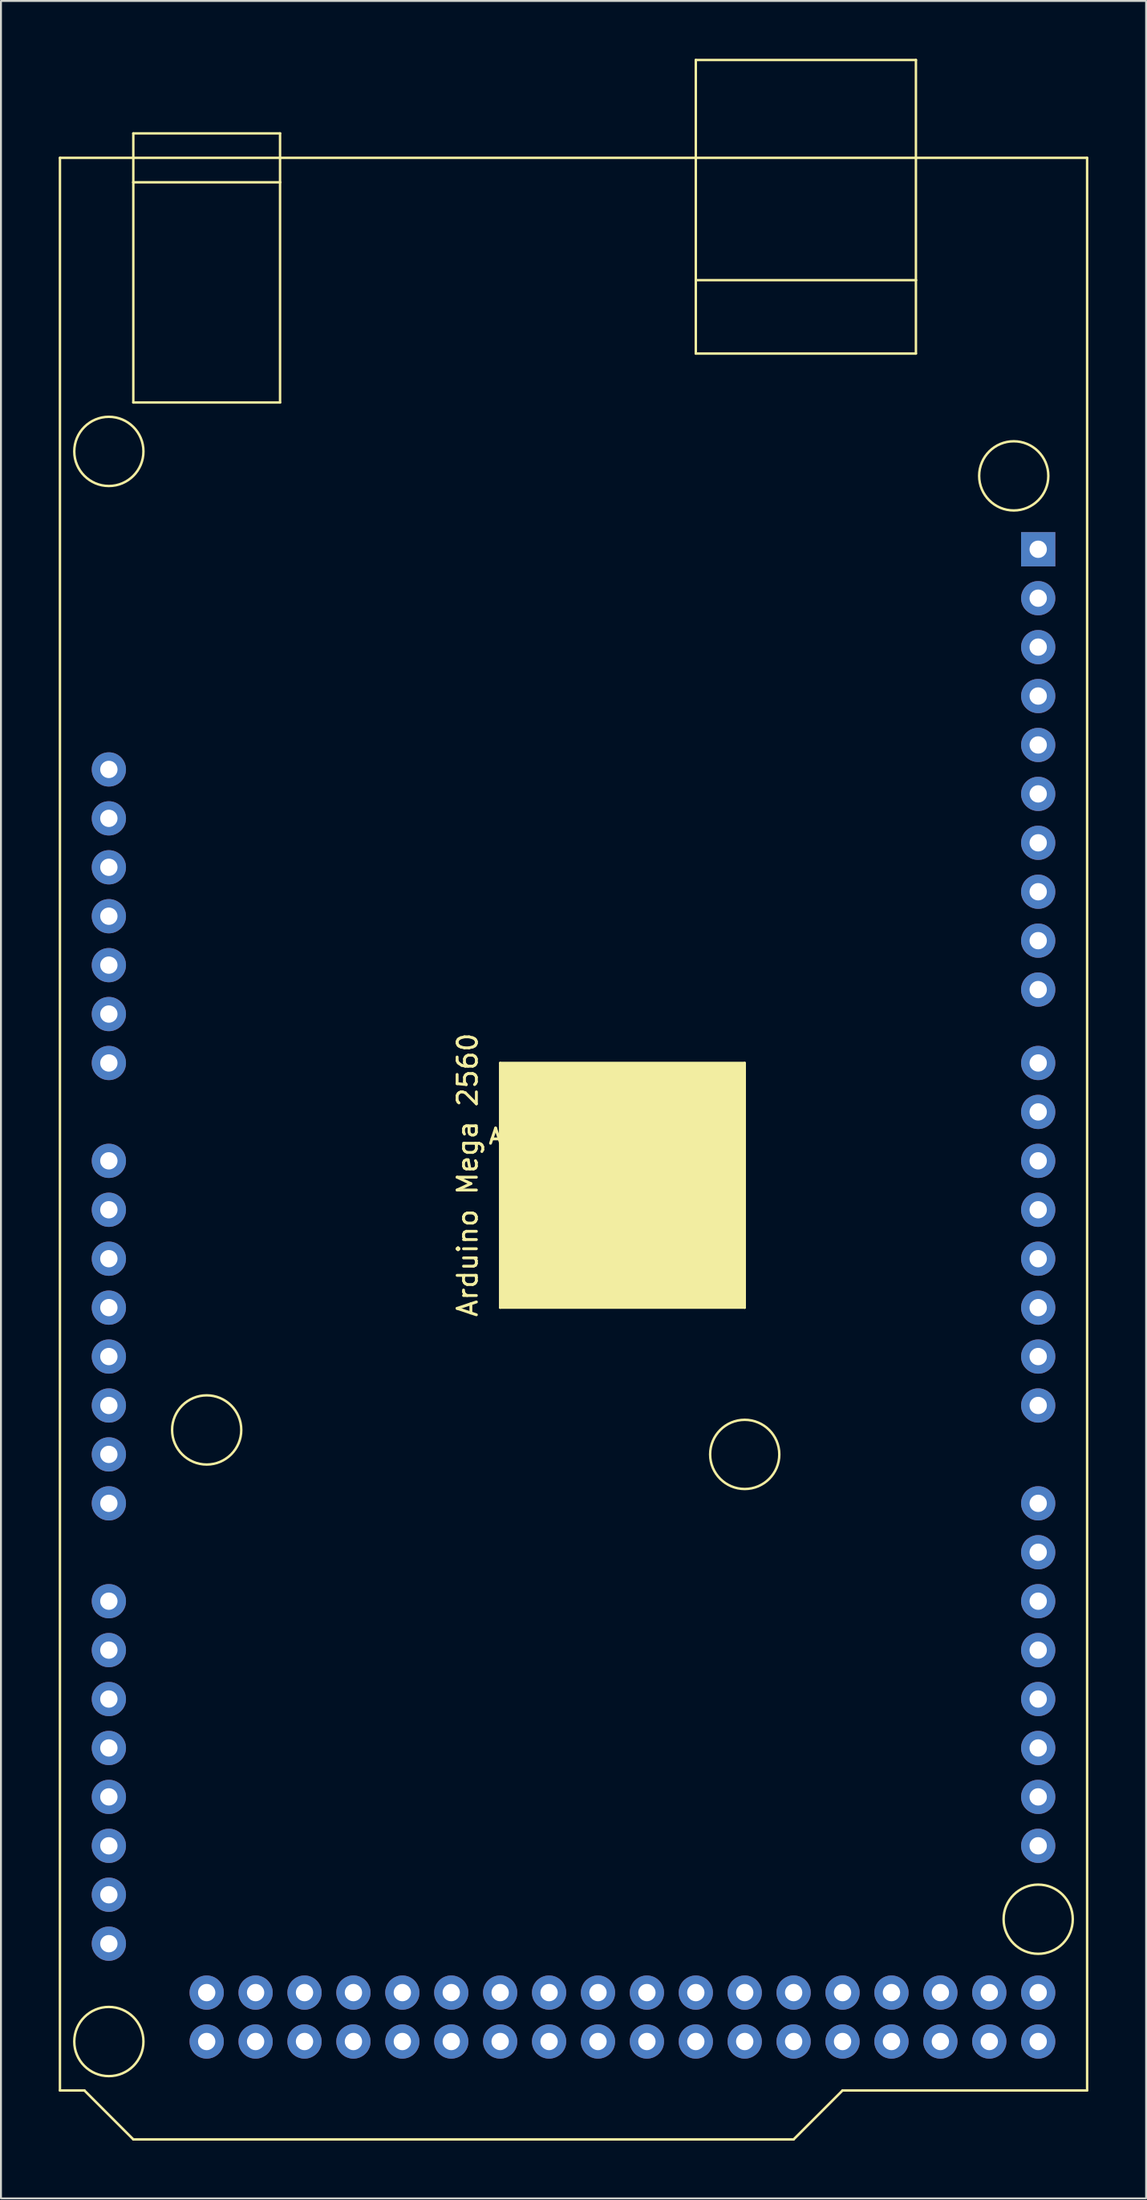
<source format=kicad_pcb>
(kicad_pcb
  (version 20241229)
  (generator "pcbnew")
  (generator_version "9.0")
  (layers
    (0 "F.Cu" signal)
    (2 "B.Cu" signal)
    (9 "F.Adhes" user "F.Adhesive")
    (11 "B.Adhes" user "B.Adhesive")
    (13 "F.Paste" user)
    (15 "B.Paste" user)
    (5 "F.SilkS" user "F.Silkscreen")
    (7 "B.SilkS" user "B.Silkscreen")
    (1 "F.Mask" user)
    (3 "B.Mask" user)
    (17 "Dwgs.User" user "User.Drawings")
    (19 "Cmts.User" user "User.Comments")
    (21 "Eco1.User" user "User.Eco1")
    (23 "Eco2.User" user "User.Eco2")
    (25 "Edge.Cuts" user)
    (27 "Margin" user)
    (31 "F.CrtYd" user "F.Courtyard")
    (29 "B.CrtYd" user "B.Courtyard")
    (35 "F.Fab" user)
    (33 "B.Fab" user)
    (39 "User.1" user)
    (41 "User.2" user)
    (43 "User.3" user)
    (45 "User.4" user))
  (footprint "ARDUINO_MEGA"
    (layer "F.Cu")
    (at 26.733 55.944)
    (property "Reference" "ARDUINO_MEGA" (at 0 0 0) (layer "F.SilkS") (effects (font (size 0.787 0.787) (thickness 0.15))))
    (attr through_hole)
    (fp_line (start -26.67 -50.8) (end -26.67 49.53) (stroke (width 0.127) (type solid)) (layer "F.SilkS"))
    (fp_line (start -26.67 49.53) (end -25.4 49.53) (stroke (width 0.127) (type solid)) (layer "F.SilkS"))
    (fp_line (start -25.4 49.53) (end -22.86 52.07) (stroke (width 0.127) (type solid)) (layer "F.SilkS"))
    (fp_line (start -22.86 -49.53) (end -22.86 -52.07) (stroke (width 0.127) (type solid)) (layer "F.SilkS"))
    (fp_line (start -22.86 -49.53) (end -22.86 -38.1) (stroke (width 0.127) (type solid)) (layer "F.SilkS"))
    (fp_line (start -22.86 -38.1) (end -15.24 -38.1) (stroke (width 0.127) (type solid)) (layer "F.SilkS"))
    (fp_line (start -15.24 -52.07) (end -22.86 -52.07) (stroke (width 0.127) (type solid)) (layer "F.SilkS"))
    (fp_line (start -15.24 -49.53) (end -22.86 -49.53) (stroke (width 0.127) (type solid)) (layer "F.SilkS"))
    (fp_line (start -15.24 -49.53) (end -15.24 -52.07) (stroke (width 0.127) (type solid)) (layer "F.SilkS"))
    (fp_line (start -15.24 -38.1) (end -15.24 -49.53) (stroke (width 0.127) (type solid)) (layer "F.SilkS"))
    (fp_line (start -3.81 -3.81) (end 8.89 -3.81) (stroke (width 0.127) (type solid)) (layer "F.SilkS"))
    (fp_line (start -3.81 8.89) (end -3.81 -3.81) (stroke (width 0.127) (type solid)) (layer "F.SilkS"))
    (fp_line (start 6.35 -55.88) (end 6.35 -44.45) (stroke (width 0.127) (type solid)) (layer "F.SilkS"))
    (fp_line (start 6.35 -44.45) (end 6.35 -40.64) (stroke (width 0.127) (type solid)) (layer "F.SilkS"))
    (fp_line (start 6.35 -40.64) (end 17.78 -40.64) (stroke (width 0.127) (type solid)) (layer "F.SilkS"))
    (fp_line (start 8.89 -3.81) (end 8.89 8.89) (stroke (width 0.127) (type solid)) (layer "F.SilkS"))
    (fp_line (start 8.89 8.89) (end -3.81 8.89) (stroke (width 0.127) (type solid)) (layer "F.SilkS"))
    (fp_line (start 11.43 52.07) (end -22.86 52.07) (stroke (width 0.127) (type solid)) (layer "F.SilkS"))
    (fp_line (start 13.97 49.53) (end 11.43 52.07) (stroke (width 0.127) (type solid)) (layer "F.SilkS"))
    (fp_line (start 17.78 -55.88) (end 6.35 -55.88) (stroke (width 0.127) (type solid)) (layer "F.SilkS"))
    (fp_line (start 17.78 -44.45) (end 6.35 -44.45) (stroke (width 0.127) (type solid)) (layer "F.SilkS"))
    (fp_line (start 17.78 -44.45) (end 17.78 -55.88) (stroke (width 0.127) (type solid)) (layer "F.SilkS"))
    (fp_line (start 17.78 -40.64) (end 17.78 -44.45) (stroke (width 0.127) (type solid)) (layer "F.SilkS"))
    (fp_line (start 26.67 -50.8) (end -26.67 -50.8) (stroke (width 0.127) (type solid)) (layer "F.SilkS"))
    (fp_line (start 26.67 -50.8) (end 26.67 49.53) (stroke (width 0.127) (type solid)) (layer "F.SilkS"))
    (fp_line (start 26.67 49.53) (end 13.97 49.53) (stroke (width 0.127) (type solid)) (layer "F.SilkS"))
    (fp_circle (center -24.13 -35.56) (end -22.334 -35.56) (stroke (width 0.127) (type solid)) (fill no) (layer "F.SilkS"))
    (fp_circle (center -24.13 46.99) (end -22.334 46.99) (stroke (width 0.127) (type solid)) (fill no) (layer "F.SilkS"))
    (fp_circle (center -19.05 15.24) (end -17.254 15.24) (stroke (width 0.127) (type solid)) (fill no) (layer "F.SilkS"))
    (fp_circle (center 8.89 16.51) (end 10.686 16.51) (stroke (width 0.127) (type solid)) (fill no) (layer "F.SilkS"))
    (fp_circle (center 22.86 -34.29) (end 24.656 -34.29) (stroke (width 0.127) (type solid)) (fill no) (layer "F.SilkS"))
    (fp_circle (center 24.13 40.64) (end 25.926 40.64) (stroke (width 0.127) (type solid)) (fill no) (layer "F.SilkS"))
    (fp_poly (pts (xy -3.81 -3.81) (xy 8.89 -3.81) (xy 8.89 8.89) (xy -3.81 8.89)) (stroke (width 0.01) (type solid)) (fill yes) (layer "F.SilkS"))
    (fp_text user "Arduino Mega 2560" (at -5.5 2 90) (layer "F.SilkS") (effects (font (size 1 1) (thickness 0.15))))
    (pad "3V3" thru_hole circle (at -24.13 -13.97) (size 1.778 1.778) (drill 0.9) (layers "*.Cu" "*.Mask"))
    (pad "5V@1" thru_hole circle (at -24.13 -11.43) (size 1.778 1.778) (drill 0.9) (layers "*.Cu" "*.Mask"))
    (pad "5V@2" thru_hole circle (at 24.13 44.45) (size 1.778 1.778) (drill 0.9) (layers "*.Cu" "*.Mask"))
    (pad "5V@3" thru_hole circle (at 24.13 46.99) (size 1.778 1.778) (drill 0.9) (layers "*.Cu" "*.Mask"))
    (pad "A0" thru_hole circle (at -24.13 1.27) (size 1.778 1.778) (drill 0.9) (layers "*.Cu" "*.Mask"))
    (pad "A1" thru_hole circle (at -24.13 3.81) (size 1.778 1.778) (drill 0.9) (layers "*.Cu" "*.Mask"))
    (pad "A2" thru_hole circle (at -24.13 6.35) (size 1.778 1.778) (drill 0.9) (layers "*.Cu" "*.Mask"))
    (pad "A3" thru_hole circle (at -24.13 8.89) (size 1.778 1.778) (drill 0.9) (layers "*.Cu" "*.Mask"))
    (pad "A4" thru_hole circle (at -24.13 11.43) (size 1.778 1.778) (drill 0.9) (layers "*.Cu" "*.Mask"))
    (pad "A5" thru_hole circle (at -24.13 13.97) (size 1.778 1.778) (drill 0.9) (layers "*.Cu" "*.Mask"))
    (pad "A6" thru_hole circle (at -24.13 16.51) (size 1.778 1.778) (drill 0.9) (layers "*.Cu" "*.Mask"))
    (pad "A7" thru_hole circle (at -24.13 19.05) (size 1.778 1.778) (drill 0.9) (layers "*.Cu" "*.Mask"))
    (pad "A8" thru_hole circle (at -24.13 24.13) (size 1.778 1.778) (drill 0.9) (layers "*.Cu" "*.Mask"))
    (pad "A9" thru_hole circle (at -24.13 26.67) (size 1.778 1.778) (drill 0.9) (layers "*.Cu" "*.Mask"))
    (pad "A10" thru_hole circle (at -24.13 29.21) (size 1.778 1.778) (drill 0.9) (layers "*.Cu" "*.Mask"))
    (pad "A11" thru_hole circle (at -24.13 31.75) (size 1.778 1.778) (drill 0.9) (layers "*.Cu" "*.Mask"))
    (pad "A12" thru_hole circle (at -24.13 34.29) (size 1.778 1.778) (drill 0.9) (layers "*.Cu" "*.Mask"))
    (pad "A13" thru_hole circle (at -24.13 36.83) (size 1.778 1.778) (drill 0.9) (layers "*.Cu" "*.Mask"))
    (pad "A14" thru_hole circle (at -24.13 39.37) (size 1.778 1.778) (drill 0.9) (layers "*.Cu" "*.Mask"))
    (pad "A15" thru_hole circle (at -24.13 41.91) (size 1.778 1.778) (drill 0.9) (layers "*.Cu" "*.Mask"))
    (pad "AREF" thru_hole circle (at 24.13 -25.4) (size 1.778 1.778) (drill 0.9) (layers "*.Cu" "*.Mask"))
    (pad "D0" thru_hole circle (at 24.13 13.97) (size 1.778 1.778) (drill 0.9) (layers "*.Cu" "*.Mask"))
    (pad "D1" thru_hole circle (at 24.13 11.43) (size 1.778 1.778) (drill 0.9) (layers "*.Cu" "*.Mask"))
    (pad "D2" thru_hole circle (at 24.13 8.89) (size 1.778 1.778) (drill 0.9) (layers "*.Cu" "*.Mask"))
    (pad "D3" thru_hole circle (at 24.13 6.35) (size 1.778 1.778) (drill 0.9) (layers "*.Cu" "*.Mask"))
    (pad "D4" thru_hole circle (at 24.13 3.81) (size 1.778 1.778) (drill 0.9) (layers "*.Cu" "*.Mask"))
    (pad "D5" thru_hole circle (at 24.13 1.27) (size 1.778 1.778) (drill 0.9) (layers "*.Cu" "*.Mask"))
    (pad "D6" thru_hole circle (at 24.13 -1.27) (size 1.778 1.778) (drill 0.9) (layers "*.Cu" "*.Mask"))
    (pad "D7" thru_hole circle (at 24.13 -3.81) (size 1.778 1.778) (drill 0.9) (layers "*.Cu" "*.Mask"))
    (pad "D8" thru_hole circle (at 24.13 -7.62) (size 1.778 1.778) (drill 0.9) (layers "*.Cu" "*.Mask"))
    (pad "D9" thru_hole circle (at 24.13 -10.16) (size 1.778 1.778) (drill 0.9) (layers "*.Cu" "*.Mask"))
    (pad "D10" thru_hole circle (at 24.13 -12.7) (size 1.778 1.778) (drill 0.9) (layers "*.Cu" "*.Mask"))
    (pad "D11" thru_hole circle (at 24.13 -15.24) (size 1.778 1.778) (drill 0.9) (layers "*.Cu" "*.Mask"))
    (pad "D12" thru_hole circle (at 24.13 -17.78) (size 1.778 1.778) (drill 0.9) (layers "*.Cu" "*.Mask"))
    (pad "D13" thru_hole circle (at 24.13 -20.32) (size 1.778 1.778) (drill 0.9) (layers "*.Cu" "*.Mask"))
    (pad "D14" thru_hole circle (at 24.13 19.05) (size 1.778 1.778) (drill 0.9) (layers "*.Cu" "*.Mask"))
    (pad "D15" thru_hole circle (at 24.13 21.59) (size 1.778 1.778) (drill 0.9) (layers "*.Cu" "*.Mask"))
    (pad "D16" thru_hole circle (at 24.13 24.13) (size 1.778 1.778) (drill 0.9) (layers "*.Cu" "*.Mask"))
    (pad "D17" thru_hole circle (at 24.13 26.67) (size 1.778 1.778) (drill 0.9) (layers "*.Cu" "*.Mask"))
    (pad "D18" thru_hole circle (at 24.13 29.21) (size 1.778 1.778) (drill 0.9) (layers "*.Cu" "*.Mask"))
    (pad "D19" thru_hole circle (at 24.13 31.75) (size 1.778 1.778) (drill 0.9) (layers "*.Cu" "*.Mask"))
    (pad "D20" thru_hole circle (at 24.13 34.29) (size 1.778 1.778) (drill 0.9) (layers "*.Cu" "*.Mask"))
    (pad "D21" thru_hole circle (at 24.13 36.83) (size 1.778 1.778) (drill 0.9) (layers "*.Cu" "*.Mask"))
    (pad "D22" thru_hole circle (at 21.59 44.45) (size 1.778 1.778) (drill 0.9) (layers "*.Cu" "*.Mask"))
    (pad "D23" thru_hole circle (at 21.59 46.99) (size 1.778 1.778) (drill 0.9) (layers "*.Cu" "*.Mask"))
    (pad "D24" thru_hole circle (at 19.05 44.45) (size 1.778 1.778) (drill 0.9) (layers "*.Cu" "*.Mask"))
    (pad "D25" thru_hole circle (at 19.05 46.99) (size 1.778 1.778) (drill 0.9) (layers "*.Cu" "*.Mask"))
    (pad "D26" thru_hole circle (at 16.51 44.45) (size 1.778 1.778) (drill 0.9) (layers "*.Cu" "*.Mask"))
    (pad "D27" thru_hole circle (at 16.51 46.99) (size 1.778 1.778) (drill 0.9) (layers "*.Cu" "*.Mask"))
    (pad "D28" thru_hole circle (at 13.97 44.45) (size 1.778 1.778) (drill 0.9) (layers "*.Cu" "*.Mask"))
    (pad "D29" thru_hole circle (at 13.97 46.99) (size 1.778 1.778) (drill 0.9) (layers "*.Cu" "*.Mask"))
    (pad "D30" thru_hole circle (at 11.43 44.45) (size 1.778 1.778) (drill 0.9) (layers "*.Cu" "*.Mask"))
    (pad "D31" thru_hole circle (at 11.43 46.99) (size 1.778 1.778) (drill 0.9) (layers "*.Cu" "*.Mask"))
    (pad "D32" thru_hole circle (at 8.89 44.45) (size 1.778 1.778) (drill 0.9) (layers "*.Cu" "*.Mask"))
    (pad "D33" thru_hole circle (at 8.89 46.99) (size 1.778 1.778) (drill 0.9) (layers "*.Cu" "*.Mask"))
    (pad "D34" thru_hole circle (at 6.35 44.45) (size 1.778 1.778) (drill 0.9) (layers "*.Cu" "*.Mask"))
    (pad "D35" thru_hole circle (at 6.35 46.99) (size 1.778 1.778) (drill 0.9) (layers "*.Cu" "*.Mask"))
    (pad "D36" thru_hole circle (at 3.81 44.45) (size 1.778 1.778) (drill 0.9) (layers "*.Cu" "*.Mask"))
    (pad "D37" thru_hole circle (at 3.81 46.99) (size 1.778 1.778) (drill 0.9) (layers "*.Cu" "*.Mask"))
    (pad "D38" thru_hole circle (at 1.27 44.45) (size 1.778 1.778) (drill 0.9) (layers "*.Cu" "*.Mask"))
    (pad "D39" thru_hole circle (at 1.27 46.99) (size 1.778 1.778) (drill 0.9) (layers "*.Cu" "*.Mask"))
    (pad "D40" thru_hole circle (at -1.27 44.45) (size 1.778 1.778) (drill 0.9) (layers "*.Cu" "*.Mask"))
    (pad "D41" thru_hole circle (at -1.27 46.99) (size 1.778 1.778) (drill 0.9) (layers "*.Cu" "*.Mask"))
    (pad "D42" thru_hole circle (at -3.81 44.45) (size 1.778 1.778) (drill 0.9) (layers "*.Cu" "*.Mask"))
    (pad "D43" thru_hole circle (at -3.81 46.99) (size 1.778 1.778) (drill 0.9) (layers "*.Cu" "*.Mask"))
    (pad "D44" thru_hole circle (at -6.35 44.45) (size 1.778 1.778) (drill 0.9) (layers "*.Cu" "*.Mask"))
    (pad "D45" thru_hole circle (at -6.35 46.99) (size 1.778 1.778) (drill 0.9) (layers "*.Cu" "*.Mask"))
    (pad "D46" thru_hole circle (at -8.89 44.45) (size 1.778 1.778) (drill 0.9) (layers "*.Cu" "*.Mask"))
    (pad "D47" thru_hole circle (at -8.89 46.99) (size 1.778 1.778) (drill 0.9) (layers "*.Cu" "*.Mask"))
    (pad "D48" thru_hole circle (at -11.43 44.45) (size 1.778 1.778) (drill 0.9) (layers "*.Cu" "*.Mask"))
    (pad "D49" thru_hole circle (at -11.43 46.99) (size 1.778 1.778) (drill 0.9) (layers "*.Cu" "*.Mask"))
    (pad "D50" thru_hole circle (at -13.97 44.45) (size 1.778 1.778) (drill 0.9) (layers "*.Cu" "*.Mask"))
    (pad "D51" thru_hole circle (at -13.97 46.99) (size 1.778 1.778) (drill 0.9) (layers "*.Cu" "*.Mask"))
    (pad "D52" thru_hole circle (at -16.51 44.45) (size 1.778 1.778) (drill 0.9) (layers "*.Cu" "*.Mask"))
    (pad "D53" thru_hole circle (at -16.51 46.99) (size 1.778 1.778) (drill 0.9) (layers "*.Cu" "*.Mask"))
    (pad "GND@1" thru_hole circle (at 24.13 -22.86) (size 1.778 1.778) (drill 0.9) (layers "*.Cu" "*.Mask"))
    (pad "GND@2" thru_hole circle (at -24.13 -6.35) (size 1.778 1.778) (drill 0.9) (layers "*.Cu" "*.Mask"))
    (pad "GND@3" thru_hole circle (at -24.13 -8.89) (size 1.778 1.778) (drill 0.9) (layers "*.Cu" "*.Mask"))
    (pad "GND@4" thru_hole circle (at -19.05 44.45) (size 1.778 1.778) (drill 0.9) (layers "*.Cu" "*.Mask"))
    (pad "GND@5" thru_hole circle (at -19.05 46.99) (size 1.778 1.778) (drill 0.9) (layers "*.Cu" "*.Mask"))
    (pad "IOREF" thru_hole circle (at -24.13 -19.05) (size 1.778 1.778) (drill 0.9) (layers "*.Cu" "*.Mask"))
    (pad "RESET" thru_hole circle (at -24.13 -16.51) (size 1.778 1.778) (drill 0.9) (layers "*.Cu" "*.Mask"))
    (pad "SCL" thru_hole rect (at 24.13 -30.48) (size 1.778 1.778) (drill 0.9) (layers "*.Cu" "*.Mask"))
    (pad "SDA" thru_hole circle (at 24.13 -27.94) (size 1.778 1.778) (drill 0.9) (layers "*.Cu" "*.Mask"))
    (pad "VIN" thru_hole circle (at -24.13 -3.81) (size 1.778 1.778) (drill 0.9) (layers "*.Cu" "*.Mask")))
  (gr_rect
    (start -3 -3)
    (end 56.467 111.077)
    (stroke (width 0.1) (type default))
    (fill no)
    (layer "Edge.Cuts")))
</source>
